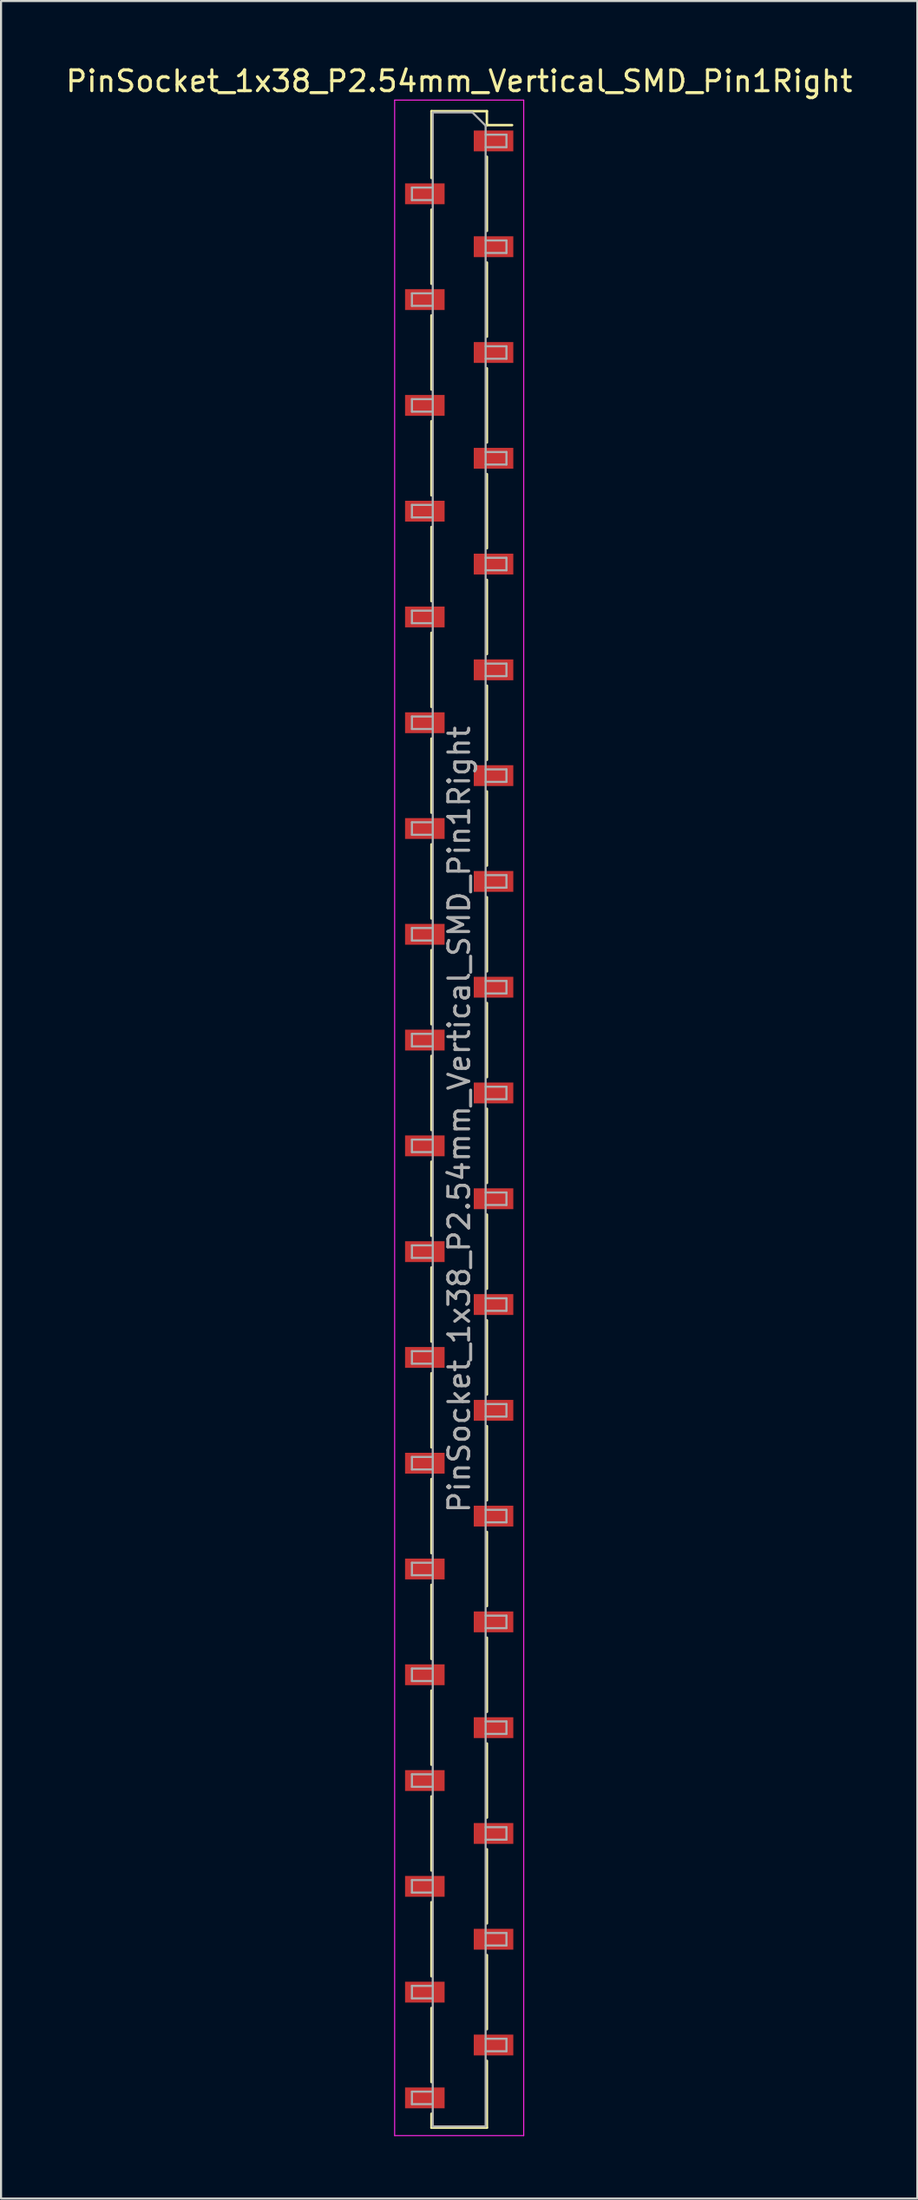
<source format=kicad_pcb>
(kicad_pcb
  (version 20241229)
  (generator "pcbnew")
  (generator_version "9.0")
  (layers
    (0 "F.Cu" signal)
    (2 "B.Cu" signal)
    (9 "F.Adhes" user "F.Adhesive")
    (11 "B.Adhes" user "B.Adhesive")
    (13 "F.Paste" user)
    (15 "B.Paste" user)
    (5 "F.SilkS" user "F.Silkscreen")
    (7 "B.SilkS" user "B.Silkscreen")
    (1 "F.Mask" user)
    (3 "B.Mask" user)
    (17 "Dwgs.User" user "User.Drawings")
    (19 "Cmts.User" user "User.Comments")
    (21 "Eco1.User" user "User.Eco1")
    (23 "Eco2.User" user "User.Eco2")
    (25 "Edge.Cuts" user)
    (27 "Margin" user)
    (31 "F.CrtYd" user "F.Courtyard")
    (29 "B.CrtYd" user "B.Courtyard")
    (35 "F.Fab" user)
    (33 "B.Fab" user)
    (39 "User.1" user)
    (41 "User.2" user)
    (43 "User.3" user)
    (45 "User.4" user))
  (footprint "PinSocket_1x38_P2.54mm_Vertical_SMD_Pin1Right"
    (layer "F.Cu")
    (at 19.006 50.708)
    (property "Reference" "PinSocket_1x38_P2.54mm_Vertical_SMD_Pin1Right" (at 0 -49.86 0) (layer "F.SilkS") (effects (font (size 1 1) (thickness 0.15))))
    (attr smd)
    (fp_line (start -1.33 -48.42) (end -1.33 -45.21) (stroke (width 0.12) (type solid)) (layer "F.SilkS"))
    (fp_line (start -1.33 -48.42) (end 1.33 -48.42) (stroke (width 0.12) (type solid)) (layer "F.SilkS"))
    (fp_line (start -1.33 -43.69) (end -1.33 -40.13) (stroke (width 0.12) (type solid)) (layer "F.SilkS"))
    (fp_line (start -1.33 -38.61) (end -1.33 -35.05) (stroke (width 0.12) (type solid)) (layer "F.SilkS"))
    (fp_line (start -1.33 -33.53) (end -1.33 -29.97) (stroke (width 0.12) (type solid)) (layer "F.SilkS"))
    (fp_line (start -1.33 -28.45) (end -1.33 -24.89) (stroke (width 0.12) (type solid)) (layer "F.SilkS"))
    (fp_line (start -1.33 -23.37) (end -1.33 -19.81) (stroke (width 0.12) (type solid)) (layer "F.SilkS"))
    (fp_line (start -1.33 -18.29) (end -1.33 -14.73) (stroke (width 0.12) (type solid)) (layer "F.SilkS"))
    (fp_line (start -1.33 -13.21) (end -1.33 -9.65) (stroke (width 0.12) (type solid)) (layer "F.SilkS"))
    (fp_line (start -1.33 -8.13) (end -1.33 -4.57) (stroke (width 0.12) (type solid)) (layer "F.SilkS"))
    (fp_line (start -1.33 -3.05) (end -1.33 0.51) (stroke (width 0.12) (type solid)) (layer "F.SilkS"))
    (fp_line (start -1.33 2.03) (end -1.33 5.59) (stroke (width 0.12) (type solid)) (layer "F.SilkS"))
    (fp_line (start -1.33 7.11) (end -1.33 10.67) (stroke (width 0.12) (type solid)) (layer "F.SilkS"))
    (fp_line (start -1.33 12.19) (end -1.33 15.75) (stroke (width 0.12) (type solid)) (layer "F.SilkS"))
    (fp_line (start -1.33 17.27) (end -1.33 20.83) (stroke (width 0.12) (type solid)) (layer "F.SilkS"))
    (fp_line (start -1.33 22.35) (end -1.33 25.91) (stroke (width 0.12) (type solid)) (layer "F.SilkS"))
    (fp_line (start -1.33 27.43) (end -1.33 30.99) (stroke (width 0.12) (type solid)) (layer "F.SilkS"))
    (fp_line (start -1.33 32.51) (end -1.33 36.07) (stroke (width 0.12) (type solid)) (layer "F.SilkS"))
    (fp_line (start -1.33 37.59) (end -1.33 41.15) (stroke (width 0.12) (type solid)) (layer "F.SilkS"))
    (fp_line (start -1.33 42.67) (end -1.33 46.23) (stroke (width 0.12) (type solid)) (layer "F.SilkS"))
    (fp_line (start -1.33 47.75) (end -1.33 48.42) (stroke (width 0.12) (type solid)) (layer "F.SilkS"))
    (fp_line (start -1.33 48.42) (end 1.33 48.42) (stroke (width 0.12) (type solid)) (layer "F.SilkS"))
    (fp_line (start 1.33 -48.42) (end 1.33 -47.75) (stroke (width 0.12) (type solid)) (layer "F.SilkS"))
    (fp_line (start 1.33 -47.75) (end 2.54 -47.75) (stroke (width 0.12) (type solid)) (layer "F.SilkS"))
    (fp_line (start 1.33 -46.23) (end 1.33 -42.67) (stroke (width 0.12) (type solid)) (layer "F.SilkS"))
    (fp_line (start 1.33 -41.15) (end 1.33 -37.59) (stroke (width 0.12) (type solid)) (layer "F.SilkS"))
    (fp_line (start 1.33 -36.07) (end 1.33 -32.51) (stroke (width 0.12) (type solid)) (layer "F.SilkS"))
    (fp_line (start 1.33 -30.99) (end 1.33 -27.43) (stroke (width 0.12) (type solid)) (layer "F.SilkS"))
    (fp_line (start 1.33 -25.91) (end 1.33 -22.35) (stroke (width 0.12) (type solid)) (layer "F.SilkS"))
    (fp_line (start 1.33 -20.83) (end 1.33 -17.27) (stroke (width 0.12) (type solid)) (layer "F.SilkS"))
    (fp_line (start 1.33 -15.75) (end 1.33 -12.19) (stroke (width 0.12) (type solid)) (layer "F.SilkS"))
    (fp_line (start 1.33 -10.67) (end 1.33 -7.11) (stroke (width 0.12) (type solid)) (layer "F.SilkS"))
    (fp_line (start 1.33 -5.59) (end 1.33 -2.03) (stroke (width 0.12) (type solid)) (layer "F.SilkS"))
    (fp_line (start 1.33 -0.51) (end 1.33 3.05) (stroke (width 0.12) (type solid)) (layer "F.SilkS"))
    (fp_line (start 1.33 4.57) (end 1.33 8.13) (stroke (width 0.12) (type solid)) (layer "F.SilkS"))
    (fp_line (start 1.33 9.65) (end 1.33 13.21) (stroke (width 0.12) (type solid)) (layer "F.SilkS"))
    (fp_line (start 1.33 14.73) (end 1.33 18.29) (stroke (width 0.12) (type solid)) (layer "F.SilkS"))
    (fp_line (start 1.33 19.81) (end 1.33 23.37) (stroke (width 0.12) (type solid)) (layer "F.SilkS"))
    (fp_line (start 1.33 24.89) (end 1.33 28.45) (stroke (width 0.12) (type solid)) (layer "F.SilkS"))
    (fp_line (start 1.33 29.97) (end 1.33 33.53) (stroke (width 0.12) (type solid)) (layer "F.SilkS"))
    (fp_line (start 1.33 35.05) (end 1.33 38.61) (stroke (width 0.12) (type solid)) (layer "F.SilkS"))
    (fp_line (start 1.33 40.13) (end 1.33 43.69) (stroke (width 0.12) (type solid)) (layer "F.SilkS"))
    (fp_line (start 1.33 45.21) (end 1.33 48.42) (stroke (width 0.12) (type solid)) (layer "F.SilkS"))
    (fp_line (start -3.1 -48.95) (end 3.1 -48.95) (stroke (width 0.05) (type solid)) (layer "F.CrtYd"))
    (fp_line (start -3.1 48.8) (end -3.1 -48.95) (stroke (width 0.05) (type solid)) (layer "F.CrtYd"))
    (fp_line (start 3.1 -48.95) (end 3.1 48.8) (stroke (width 0.05) (type solid)) (layer "F.CrtYd"))
    (fp_line (start 3.1 48.8) (end -3.1 48.8) (stroke (width 0.05) (type solid)) (layer "F.CrtYd"))
    (fp_line (start -2.27 -44.75) (end -1.27 -44.75) (stroke (width 0.1) (type solid)) (layer "F.Fab"))
    (fp_line (start -2.27 -44.15) (end -2.27 -44.75) (stroke (width 0.1) (type solid)) (layer "F.Fab"))
    (fp_line (start -2.27 -39.67) (end -1.27 -39.67) (stroke (width 0.1) (type solid)) (layer "F.Fab"))
    (fp_line (start -2.27 -39.07) (end -2.27 -39.67) (stroke (width 0.1) (type solid)) (layer "F.Fab"))
    (fp_line (start -2.27 -34.59) (end -1.27 -34.59) (stroke (width 0.1) (type solid)) (layer "F.Fab"))
    (fp_line (start -2.27 -33.99) (end -2.27 -34.59) (stroke (width 0.1) (type solid)) (layer "F.Fab"))
    (fp_line (start -2.27 -29.51) (end -1.27 -29.51) (stroke (width 0.1) (type solid)) (layer "F.Fab"))
    (fp_line (start -2.27 -28.91) (end -2.27 -29.51) (stroke (width 0.1) (type solid)) (layer "F.Fab"))
    (fp_line (start -2.27 -24.43) (end -1.27 -24.43) (stroke (width 0.1) (type solid)) (layer "F.Fab"))
    (fp_line (start -2.27 -23.83) (end -2.27 -24.43) (stroke (width 0.1) (type solid)) (layer "F.Fab"))
    (fp_line (start -2.27 -19.35) (end -1.27 -19.35) (stroke (width 0.1) (type solid)) (layer "F.Fab"))
    (fp_line (start -2.27 -18.75) (end -2.27 -19.35) (stroke (width 0.1) (type solid)) (layer "F.Fab"))
    (fp_line (start -2.27 -14.27) (end -1.27 -14.27) (stroke (width 0.1) (type solid)) (layer "F.Fab"))
    (fp_line (start -2.27 -13.67) (end -2.27 -14.27) (stroke (width 0.1) (type solid)) (layer "F.Fab"))
    (fp_line (start -2.27 -9.19) (end -1.27 -9.19) (stroke (width 0.1) (type solid)) (layer "F.Fab"))
    (fp_line (start -2.27 -8.59) (end -2.27 -9.19) (stroke (width 0.1) (type solid)) (layer "F.Fab"))
    (fp_line (start -2.27 -4.11) (end -1.27 -4.11) (stroke (width 0.1) (type solid)) (layer "F.Fab"))
    (fp_line (start -2.27 -3.51) (end -2.27 -4.11) (stroke (width 0.1) (type solid)) (layer "F.Fab"))
    (fp_line (start -2.27 0.97) (end -1.27 0.97) (stroke (width 0.1) (type solid)) (layer "F.Fab"))
    (fp_line (start -2.27 1.57) (end -2.27 0.97) (stroke (width 0.1) (type solid)) (layer "F.Fab"))
    (fp_line (start -2.27 6.05) (end -1.27 6.05) (stroke (width 0.1) (type solid)) (layer "F.Fab"))
    (fp_line (start -2.27 6.65) (end -2.27 6.05) (stroke (width 0.1) (type solid)) (layer "F.Fab"))
    (fp_line (start -2.27 11.13) (end -1.27 11.13) (stroke (width 0.1) (type solid)) (layer "F.Fab"))
    (fp_line (start -2.27 11.73) (end -2.27 11.13) (stroke (width 0.1) (type solid)) (layer "F.Fab"))
    (fp_line (start -2.27 16.21) (end -1.27 16.21) (stroke (width 0.1) (type solid)) (layer "F.Fab"))
    (fp_line (start -2.27 16.81) (end -2.27 16.21) (stroke (width 0.1) (type solid)) (layer "F.Fab"))
    (fp_line (start -2.27 21.29) (end -1.27 21.29) (stroke (width 0.1) (type solid)) (layer "F.Fab"))
    (fp_line (start -2.27 21.89) (end -2.27 21.29) (stroke (width 0.1) (type solid)) (layer "F.Fab"))
    (fp_line (start -2.27 26.37) (end -1.27 26.37) (stroke (width 0.1) (type solid)) (layer "F.Fab"))
    (fp_line (start -2.27 26.97) (end -2.27 26.37) (stroke (width 0.1) (type solid)) (layer "F.Fab"))
    (fp_line (start -2.27 31.45) (end -1.27 31.45) (stroke (width 0.1) (type solid)) (layer "F.Fab"))
    (fp_line (start -2.27 32.05) (end -2.27 31.45) (stroke (width 0.1) (type solid)) (layer "F.Fab"))
    (fp_line (start -2.27 36.53) (end -1.27 36.53) (stroke (width 0.1) (type solid)) (layer "F.Fab"))
    (fp_line (start -2.27 37.13) (end -2.27 36.53) (stroke (width 0.1) (type solid)) (layer "F.Fab"))
    (fp_line (start -2.27 41.61) (end -1.27 41.61) (stroke (width 0.1) (type solid)) (layer "F.Fab"))
    (fp_line (start -2.27 42.21) (end -2.27 41.61) (stroke (width 0.1) (type solid)) (layer "F.Fab"))
    (fp_line (start -2.27 46.69) (end -1.27 46.69) (stroke (width 0.1) (type solid)) (layer "F.Fab"))
    (fp_line (start -2.27 47.29) (end -2.27 46.69) (stroke (width 0.1) (type solid)) (layer "F.Fab"))
    (fp_line (start -1.27 -48.36) (end 0.635 -48.36) (stroke (width 0.1) (type solid)) (layer "F.Fab"))
    (fp_line (start -1.27 -44.15) (end -2.27 -44.15) (stroke (width 0.1) (type solid)) (layer "F.Fab"))
    (fp_line (start -1.27 -39.07) (end -2.27 -39.07) (stroke (width 0.1) (type solid)) (layer "F.Fab"))
    (fp_line (start -1.27 -33.99) (end -2.27 -33.99) (stroke (width 0.1) (type solid)) (layer "F.Fab"))
    (fp_line (start -1.27 -28.91) (end -2.27 -28.91) (stroke (width 0.1) (type solid)) (layer "F.Fab"))
    (fp_line (start -1.27 -23.83) (end -2.27 -23.83) (stroke (width 0.1) (type solid)) (layer "F.Fab"))
    (fp_line (start -1.27 -18.75) (end -2.27 -18.75) (stroke (width 0.1) (type solid)) (layer "F.Fab"))
    (fp_line (start -1.27 -13.67) (end -2.27 -13.67) (stroke (width 0.1) (type solid)) (layer "F.Fab"))
    (fp_line (start -1.27 -8.59) (end -2.27 -8.59) (stroke (width 0.1) (type solid)) (layer "F.Fab"))
    (fp_line (start -1.27 -3.51) (end -2.27 -3.51) (stroke (width 0.1) (type solid)) (layer "F.Fab"))
    (fp_line (start -1.27 1.57) (end -2.27 1.57) (stroke (width 0.1) (type solid)) (layer "F.Fab"))
    (fp_line (start -1.27 6.65) (end -2.27 6.65) (stroke (width 0.1) (type solid)) (layer "F.Fab"))
    (fp_line (start -1.27 11.73) (end -2.27 11.73) (stroke (width 0.1) (type solid)) (layer "F.Fab"))
    (fp_line (start -1.27 16.81) (end -2.27 16.81) (stroke (width 0.1) (type solid)) (layer "F.Fab"))
    (fp_line (start -1.27 21.89) (end -2.27 21.89) (stroke (width 0.1) (type solid)) (layer "F.Fab"))
    (fp_line (start -1.27 26.97) (end -2.27 26.97) (stroke (width 0.1) (type solid)) (layer "F.Fab"))
    (fp_line (start -1.27 32.05) (end -2.27 32.05) (stroke (width 0.1) (type solid)) (layer "F.Fab"))
    (fp_line (start -1.27 37.13) (end -2.27 37.13) (stroke (width 0.1) (type solid)) (layer "F.Fab"))
    (fp_line (start -1.27 42.21) (end -2.27 42.21) (stroke (width 0.1) (type solid)) (layer "F.Fab"))
    (fp_line (start -1.27 47.29) (end -2.27 47.29) (stroke (width 0.1) (type solid)) (layer "F.Fab"))
    (fp_line (start -1.27 48.36) (end -1.27 -48.36) (stroke (width 0.1) (type solid)) (layer "F.Fab"))
    (fp_line (start 0.635 -48.36) (end 1.27 -47.725) (stroke (width 0.1) (type solid)) (layer "F.Fab"))
    (fp_line (start 1.27 -47.725) (end 1.27 48.36) (stroke (width 0.1) (type solid)) (layer "F.Fab"))
    (fp_line (start 1.27 -47.29) (end 2.27 -47.29) (stroke (width 0.1) (type solid)) (layer "F.Fab"))
    (fp_line (start 1.27 -42.21) (end 2.27 -42.21) (stroke (width 0.1) (type solid)) (layer "F.Fab"))
    (fp_line (start 1.27 -37.13) (end 2.27 -37.13) (stroke (width 0.1) (type solid)) (layer "F.Fab"))
    (fp_line (start 1.27 -32.05) (end 2.27 -32.05) (stroke (width 0.1) (type solid)) (layer "F.Fab"))
    (fp_line (start 1.27 -26.97) (end 2.27 -26.97) (stroke (width 0.1) (type solid)) (layer "F.Fab"))
    (fp_line (start 1.27 -21.89) (end 2.27 -21.89) (stroke (width 0.1) (type solid)) (layer "F.Fab"))
    (fp_line (start 1.27 -16.81) (end 2.27 -16.81) (stroke (width 0.1) (type solid)) (layer "F.Fab"))
    (fp_line (start 1.27 -11.73) (end 2.27 -11.73) (stroke (width 0.1) (type solid)) (layer "F.Fab"))
    (fp_line (start 1.27 -6.65) (end 2.27 -6.65) (stroke (width 0.1) (type solid)) (layer "F.Fab"))
    (fp_line (start 1.27 -1.57) (end 2.27 -1.57) (stroke (width 0.1) (type solid)) (layer "F.Fab"))
    (fp_line (start 1.27 3.51) (end 2.27 3.51) (stroke (width 0.1) (type solid)) (layer "F.Fab"))
    (fp_line (start 1.27 8.59) (end 2.27 8.59) (stroke (width 0.1) (type solid)) (layer "F.Fab"))
    (fp_line (start 1.27 13.67) (end 2.27 13.67) (stroke (width 0.1) (type solid)) (layer "F.Fab"))
    (fp_line (start 1.27 18.75) (end 2.27 18.75) (stroke (width 0.1) (type solid)) (layer "F.Fab"))
    (fp_line (start 1.27 23.83) (end 2.27 23.83) (stroke (width 0.1) (type solid)) (layer "F.Fab"))
    (fp_line (start 1.27 28.91) (end 2.27 28.91) (stroke (width 0.1) (type solid)) (layer "F.Fab"))
    (fp_line (start 1.27 33.99) (end 2.27 33.99) (stroke (width 0.1) (type solid)) (layer "F.Fab"))
    (fp_line (start 1.27 39.07) (end 2.27 39.07) (stroke (width 0.1) (type solid)) (layer "F.Fab"))
    (fp_line (start 1.27 44.15) (end 2.27 44.15) (stroke (width 0.1) (type solid)) (layer "F.Fab"))
    (fp_line (start 1.27 48.36) (end -1.27 48.36) (stroke (width 0.1) (type solid)) (layer "F.Fab"))
    (fp_line (start 2.27 -47.29) (end 2.27 -46.69) (stroke (width 0.1) (type solid)) (layer "F.Fab"))
    (fp_line (start 2.27 -46.69) (end 1.27 -46.69) (stroke (width 0.1) (type solid)) (layer "F.Fab"))
    (fp_line (start 2.27 -42.21) (end 2.27 -41.61) (stroke (width 0.1) (type solid)) (layer "F.Fab"))
    (fp_line (start 2.27 -41.61) (end 1.27 -41.61) (stroke (width 0.1) (type solid)) (layer "F.Fab"))
    (fp_line (start 2.27 -37.13) (end 2.27 -36.53) (stroke (width 0.1) (type solid)) (layer "F.Fab"))
    (fp_line (start 2.27 -36.53) (end 1.27 -36.53) (stroke (width 0.1) (type solid)) (layer "F.Fab"))
    (fp_line (start 2.27 -32.05) (end 2.27 -31.45) (stroke (width 0.1) (type solid)) (layer "F.Fab"))
    (fp_line (start 2.27 -31.45) (end 1.27 -31.45) (stroke (width 0.1) (type solid)) (layer "F.Fab"))
    (fp_line (start 2.27 -26.97) (end 2.27 -26.37) (stroke (width 0.1) (type solid)) (layer "F.Fab"))
    (fp_line (start 2.27 -26.37) (end 1.27 -26.37) (stroke (width 0.1) (type solid)) (layer "F.Fab"))
    (fp_line (start 2.27 -21.89) (end 2.27 -21.29) (stroke (width 0.1) (type solid)) (layer "F.Fab"))
    (fp_line (start 2.27 -21.29) (end 1.27 -21.29) (stroke (width 0.1) (type solid)) (layer "F.Fab"))
    (fp_line (start 2.27 -16.81) (end 2.27 -16.21) (stroke (width 0.1) (type solid)) (layer "F.Fab"))
    (fp_line (start 2.27 -16.21) (end 1.27 -16.21) (stroke (width 0.1) (type solid)) (layer "F.Fab"))
    (fp_line (start 2.27 -11.73) (end 2.27 -11.13) (stroke (width 0.1) (type solid)) (layer "F.Fab"))
    (fp_line (start 2.27 -11.13) (end 1.27 -11.13) (stroke (width 0.1) (type solid)) (layer "F.Fab"))
    (fp_line (start 2.27 -6.65) (end 2.27 -6.05) (stroke (width 0.1) (type solid)) (layer "F.Fab"))
    (fp_line (start 2.27 -6.05) (end 1.27 -6.05) (stroke (width 0.1) (type solid)) (layer "F.Fab"))
    (fp_line (start 2.27 -1.57) (end 2.27 -0.97) (stroke (width 0.1) (type solid)) (layer "F.Fab"))
    (fp_line (start 2.27 -0.97) (end 1.27 -0.97) (stroke (width 0.1) (type solid)) (layer "F.Fab"))
    (fp_line (start 2.27 3.51) (end 2.27 4.11) (stroke (width 0.1) (type solid)) (layer "F.Fab"))
    (fp_line (start 2.27 4.11) (end 1.27 4.11) (stroke (width 0.1) (type solid)) (layer "F.Fab"))
    (fp_line (start 2.27 8.59) (end 2.27 9.19) (stroke (width 0.1) (type solid)) (layer "F.Fab"))
    (fp_line (start 2.27 9.19) (end 1.27 9.19) (stroke (width 0.1) (type solid)) (layer "F.Fab"))
    (fp_line (start 2.27 13.67) (end 2.27 14.27) (stroke (width 0.1) (type solid)) (layer "F.Fab"))
    (fp_line (start 2.27 14.27) (end 1.27 14.27) (stroke (width 0.1) (type solid)) (layer "F.Fab"))
    (fp_line (start 2.27 18.75) (end 2.27 19.35) (stroke (width 0.1) (type solid)) (layer "F.Fab"))
    (fp_line (start 2.27 19.35) (end 1.27 19.35) (stroke (width 0.1) (type solid)) (layer "F.Fab"))
    (fp_line (start 2.27 23.83) (end 2.27 24.43) (stroke (width 0.1) (type solid)) (layer "F.Fab"))
    (fp_line (start 2.27 24.43) (end 1.27 24.43) (stroke (width 0.1) (type solid)) (layer "F.Fab"))
    (fp_line (start 2.27 28.91) (end 2.27 29.51) (stroke (width 0.1) (type solid)) (layer "F.Fab"))
    (fp_line (start 2.27 29.51) (end 1.27 29.51) (stroke (width 0.1) (type solid)) (layer "F.Fab"))
    (fp_line (start 2.27 33.99) (end 2.27 34.59) (stroke (width 0.1) (type solid)) (layer "F.Fab"))
    (fp_line (start 2.27 34.59) (end 1.27 34.59) (stroke (width 0.1) (type solid)) (layer "F.Fab"))
    (fp_line (start 2.27 39.07) (end 2.27 39.67) (stroke (width 0.1) (type solid)) (layer "F.Fab"))
    (fp_line (start 2.27 39.67) (end 1.27 39.67) (stroke (width 0.1) (type solid)) (layer "F.Fab"))
    (fp_line (start 2.27 44.15) (end 2.27 44.75) (stroke (width 0.1) (type solid)) (layer "F.Fab"))
    (fp_line (start 2.27 44.75) (end 1.27 44.75) (stroke (width 0.1) (type solid)) (layer "F.Fab"))
    (fp_text user "${REFERENCE}" (at 0 0 90) (layer "F.Fab") (effects (font (size 1 1) (thickness 0.15))))
    (pad "1" smd rect (at 1.65 -46.99) (size 1.9 1) (layers "F.Cu" "F.Mask" "F.Paste"))
    (pad "2" smd rect (at -1.65 -44.45) (size 1.9 1) (layers "F.Cu" "F.Mask" "F.Paste"))
    (pad "3" smd rect (at 1.65 -41.91) (size 1.9 1) (layers "F.Cu" "F.Mask" "F.Paste"))
    (pad "4" smd rect (at -1.65 -39.37) (size 1.9 1) (layers "F.Cu" "F.Mask" "F.Paste"))
    (pad "5" smd rect (at 1.65 -36.83) (size 1.9 1) (layers "F.Cu" "F.Mask" "F.Paste"))
    (pad "6" smd rect (at -1.65 -34.29) (size 1.9 1) (layers "F.Cu" "F.Mask" "F.Paste"))
    (pad "7" smd rect (at 1.65 -31.75) (size 1.9 1) (layers "F.Cu" "F.Mask" "F.Paste"))
    (pad "8" smd rect (at -1.65 -29.21) (size 1.9 1) (layers "F.Cu" "F.Mask" "F.Paste"))
    (pad "9" smd rect (at 1.65 -26.67) (size 1.9 1) (layers "F.Cu" "F.Mask" "F.Paste"))
    (pad "10" smd rect (at -1.65 -24.13) (size 1.9 1) (layers "F.Cu" "F.Mask" "F.Paste"))
    (pad "11" smd rect (at 1.65 -21.59) (size 1.9 1) (layers "F.Cu" "F.Mask" "F.Paste"))
    (pad "12" smd rect (at -1.65 -19.05) (size 1.9 1) (layers "F.Cu" "F.Mask" "F.Paste"))
    (pad "13" smd rect (at 1.65 -16.51) (size 1.9 1) (layers "F.Cu" "F.Mask" "F.Paste"))
    (pad "14" smd rect (at -1.65 -13.97) (size 1.9 1) (layers "F.Cu" "F.Mask" "F.Paste"))
    (pad "15" smd rect (at 1.65 -11.43) (size 1.9 1) (layers "F.Cu" "F.Mask" "F.Paste"))
    (pad "16" smd rect (at -1.65 -8.89) (size 1.9 1) (layers "F.Cu" "F.Mask" "F.Paste"))
    (pad "17" smd rect (at 1.65 -6.35) (size 1.9 1) (layers "F.Cu" "F.Mask" "F.Paste"))
    (pad "18" smd rect (at -1.65 -3.81) (size 1.9 1) (layers "F.Cu" "F.Mask" "F.Paste"))
    (pad "19" smd rect (at 1.65 -1.27) (size 1.9 1) (layers "F.Cu" "F.Mask" "F.Paste"))
    (pad "20" smd rect (at -1.65 1.27) (size 1.9 1) (layers "F.Cu" "F.Mask" "F.Paste"))
    (pad "21" smd rect (at 1.65 3.81) (size 1.9 1) (layers "F.Cu" "F.Mask" "F.Paste"))
    (pad "22" smd rect (at -1.65 6.35) (size 1.9 1) (layers "F.Cu" "F.Mask" "F.Paste"))
    (pad "23" smd rect (at 1.65 8.89) (size 1.9 1) (layers "F.Cu" "F.Mask" "F.Paste"))
    (pad "24" smd rect (at -1.65 11.43) (size 1.9 1) (layers "F.Cu" "F.Mask" "F.Paste"))
    (pad "25" smd rect (at 1.65 13.97) (size 1.9 1) (layers "F.Cu" "F.Mask" "F.Paste"))
    (pad "26" smd rect (at -1.65 16.51) (size 1.9 1) (layers "F.Cu" "F.Mask" "F.Paste"))
    (pad "27" smd rect (at 1.65 19.05) (size 1.9 1) (layers "F.Cu" "F.Mask" "F.Paste"))
    (pad "28" smd rect (at -1.65 21.59) (size 1.9 1) (layers "F.Cu" "F.Mask" "F.Paste"))
    (pad "29" smd rect (at 1.65 24.13) (size 1.9 1) (layers "F.Cu" "F.Mask" "F.Paste"))
    (pad "30" smd rect (at -1.65 26.67) (size 1.9 1) (layers "F.Cu" "F.Mask" "F.Paste"))
    (pad "31" smd rect (at 1.65 29.21) (size 1.9 1) (layers "F.Cu" "F.Mask" "F.Paste"))
    (pad "32" smd rect (at -1.65 31.75) (size 1.9 1) (layers "F.Cu" "F.Mask" "F.Paste"))
    (pad "33" smd rect (at 1.65 34.29) (size 1.9 1) (layers "F.Cu" "F.Mask" "F.Paste"))
    (pad "34" smd rect (at -1.65 36.83) (size 1.9 1) (layers "F.Cu" "F.Mask" "F.Paste"))
    (pad "35" smd rect (at 1.65 39.37) (size 1.9 1) (layers "F.Cu" "F.Mask" "F.Paste"))
    (pad "36" smd rect (at -1.65 41.91) (size 1.9 1) (layers "F.Cu" "F.Mask" "F.Paste"))
    (pad "37" smd rect (at 1.65 44.45) (size 1.9 1) (layers "F.Cu" "F.Mask" "F.Paste"))
    (pad "38" smd rect (at -1.65 46.99) (size 1.9 1) (layers "F.Cu" "F.Mask" "F.Paste")))
  (gr_rect
    (start -3 -3)
    (end 41.012 102.533)
    (stroke (width 0.1) (type default))
    (fill no)
    (layer "Edge.Cuts")))
</source>
